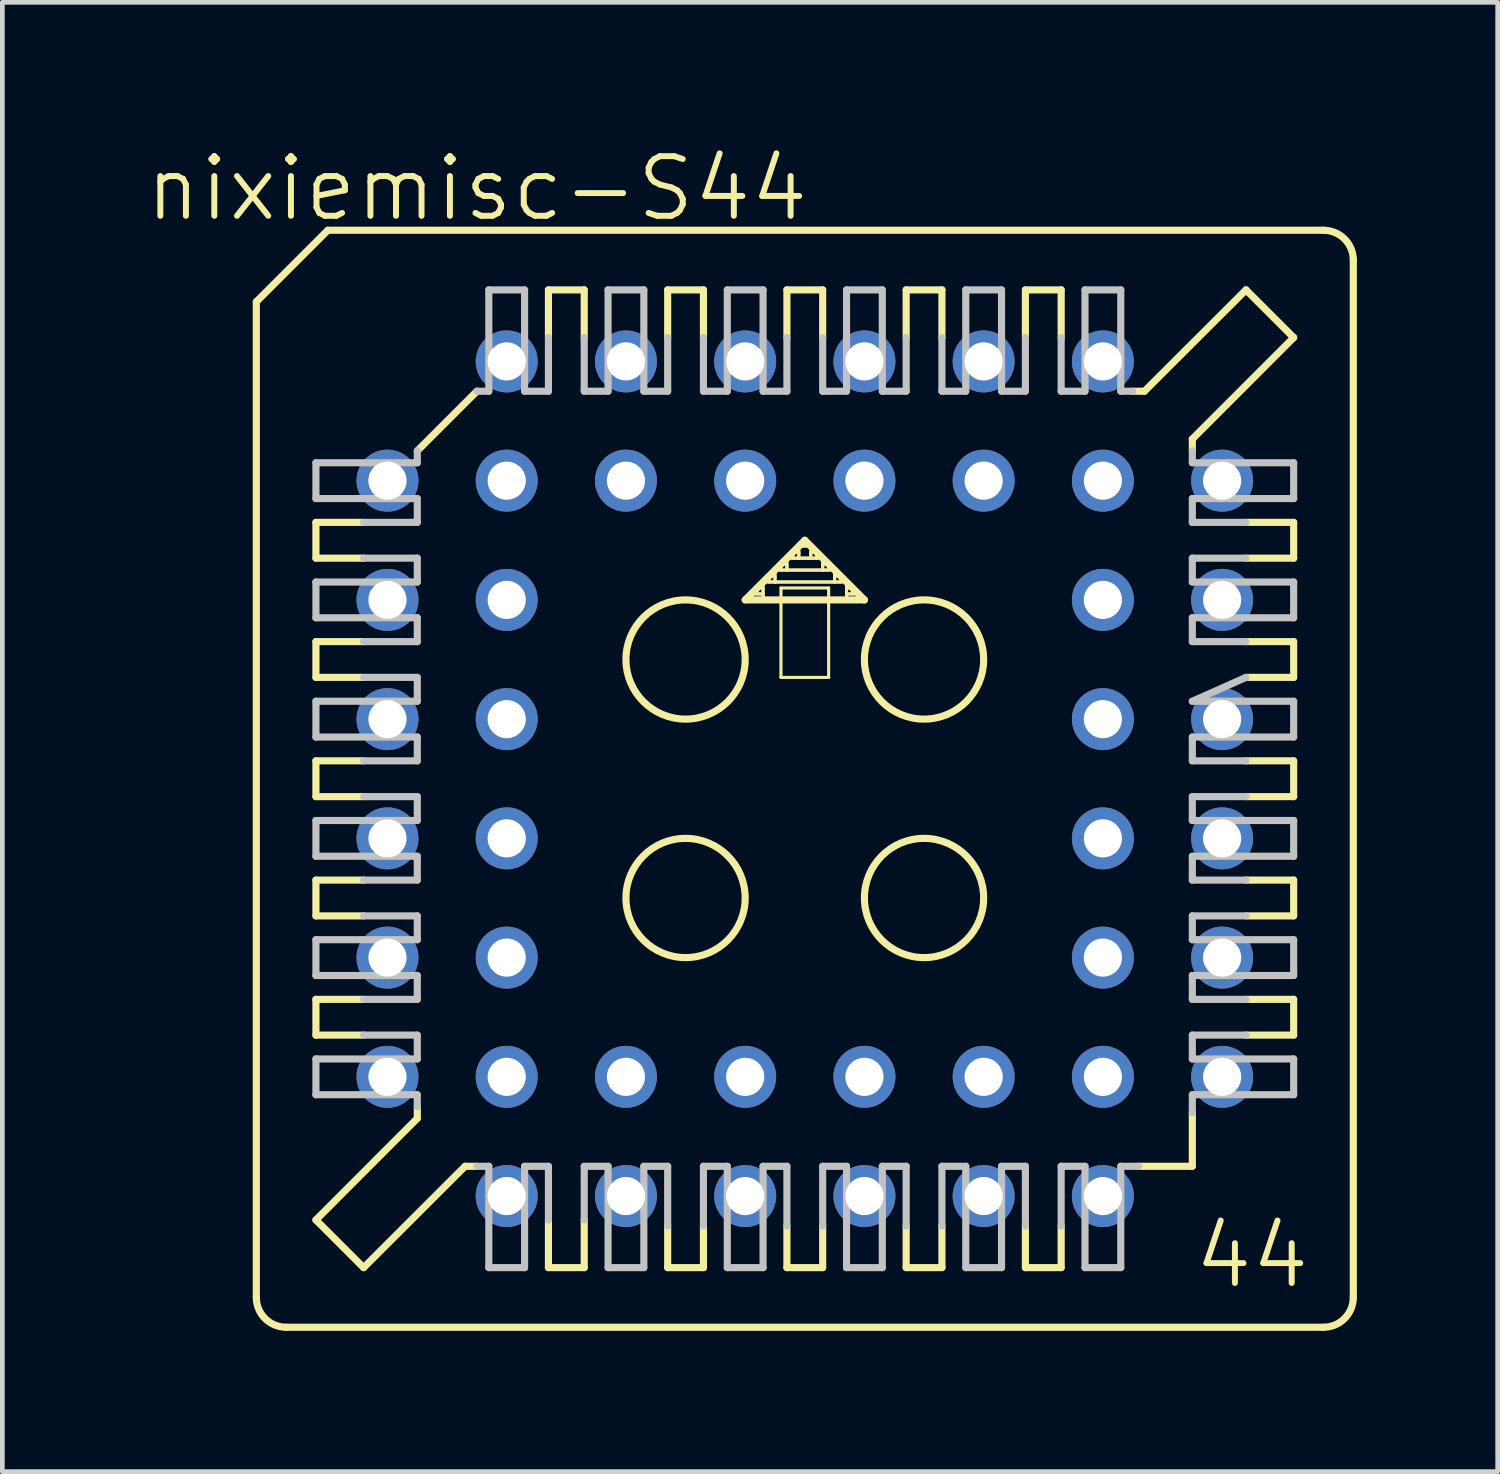
<source format=kicad_pcb>
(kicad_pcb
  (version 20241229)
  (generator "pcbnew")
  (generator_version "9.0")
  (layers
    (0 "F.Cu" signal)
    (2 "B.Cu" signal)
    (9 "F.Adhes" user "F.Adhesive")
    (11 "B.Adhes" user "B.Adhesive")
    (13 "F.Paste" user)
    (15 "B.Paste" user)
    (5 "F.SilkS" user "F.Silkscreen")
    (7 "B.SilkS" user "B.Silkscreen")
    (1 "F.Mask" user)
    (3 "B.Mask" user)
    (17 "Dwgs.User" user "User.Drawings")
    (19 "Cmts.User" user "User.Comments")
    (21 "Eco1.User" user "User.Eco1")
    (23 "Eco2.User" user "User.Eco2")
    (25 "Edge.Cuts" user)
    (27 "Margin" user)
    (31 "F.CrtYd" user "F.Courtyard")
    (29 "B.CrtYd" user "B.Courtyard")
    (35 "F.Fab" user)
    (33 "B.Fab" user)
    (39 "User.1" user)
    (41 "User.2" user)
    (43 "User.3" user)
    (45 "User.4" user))
  (footprint "nixiemisc-S44"
    (layer "F.Cu")
    (at 14.094 13.539)
    (property "Reference" "nixiemisc-S44" (at -6.985 -12.573 0) (layer "F.SilkS") (effects (font (size 1.27 1.27) (thickness 0.127))))
    (attr exclude_from_pos_files exclude_from_bom)
    (fp_line (start -11.684 -10.16) (end -11.684 11.049) (stroke (width 0.152) (type solid)) (layer "F.SilkS"))
    (fp_line (start -10.414 -5.461) (end -10.414 -4.699) (stroke (width 0.152) (type solid)) (layer "F.SilkS"))
    (fp_line (start -10.414 -5.461) (end -9.398 -5.461) (stroke (width 0.152) (type solid)) (layer "F.SilkS"))
    (fp_line (start -10.414 -2.921) (end -10.414 -2.159) (stroke (width 0.152) (type solid)) (layer "F.SilkS"))
    (fp_line (start -10.414 -2.921) (end -9.398 -2.921) (stroke (width 0.152) (type solid)) (layer "F.SilkS"))
    (fp_line (start -10.414 0.381) (end -10.414 -0.381) (stroke (width 0.152) (type solid)) (layer "F.SilkS"))
    (fp_line (start -10.414 0.381) (end -9.398 0.381) (stroke (width 0.152) (type solid)) (layer "F.SilkS"))
    (fp_line (start -10.414 2.921) (end -10.414 2.159) (stroke (width 0.152) (type solid)) (layer "F.SilkS"))
    (fp_line (start -10.414 2.921) (end -9.398 2.921) (stroke (width 0.152) (type solid)) (layer "F.SilkS"))
    (fp_line (start -10.414 5.461) (end -10.414 4.699) (stroke (width 0.152) (type solid)) (layer "F.SilkS"))
    (fp_line (start -10.414 5.461) (end -9.398 5.461) (stroke (width 0.152) (type solid)) (layer "F.SilkS"))
    (fp_line (start -10.414 9.398) (end -8.255 7.236) (stroke (width 0.152) (type solid)) (layer "F.SilkS"))
    (fp_line (start -10.16 -11.684) (end -11.684 -10.16) (stroke (width 0.152) (type solid)) (layer "F.SilkS"))
    (fp_line (start -9.398 -4.699) (end -10.414 -4.699) (stroke (width 0.152) (type solid)) (layer "F.SilkS"))
    (fp_line (start -9.398 -2.159) (end -10.414 -2.159) (stroke (width 0.152) (type solid)) (layer "F.SilkS"))
    (fp_line (start -9.398 -0.381) (end -10.414 -0.381) (stroke (width 0.152) (type solid)) (layer "F.SilkS"))
    (fp_line (start -9.398 2.159) (end -10.414 2.159) (stroke (width 0.152) (type solid)) (layer "F.SilkS"))
    (fp_line (start -9.398 4.699) (end -10.414 4.699) (stroke (width 0.152) (type solid)) (layer "F.SilkS"))
    (fp_line (start -9.398 10.414) (end -10.414 9.398) (stroke (width 0.152) (type solid)) (layer "F.SilkS"))
    (fp_line (start -9.398 10.414) (end -7.236 8.255) (stroke (width 0.152) (type solid)) (layer "F.SilkS"))
    (fp_line (start -8.255 -6.985) (end -6.985 -8.255) (stroke (width 0.152) (type solid)) (layer "F.SilkS"))
    (fp_line (start -8.255 7.236) (end -8.255 6.985) (stroke (width 0.152) (type solid)) (layer "F.SilkS"))
    (fp_line (start -7.236 8.255) (end -6.985 8.255) (stroke (width 0.152) (type solid)) (layer "F.SilkS"))
    (fp_line (start -5.461 -9.398) (end -5.461 -10.414) (stroke (width 0.152) (type solid)) (layer "F.SilkS"))
    (fp_line (start -5.461 9.398) (end -5.461 10.414) (stroke (width 0.152) (type solid)) (layer "F.SilkS"))
    (fp_line (start -5.461 10.414) (end -4.699 10.414) (stroke (width 0.152) (type solid)) (layer "F.SilkS"))
    (fp_line (start -4.699 -10.414) (end -5.461 -10.414) (stroke (width 0.152) (type solid)) (layer "F.SilkS"))
    (fp_line (start -4.699 -10.414) (end -4.699 -9.398) (stroke (width 0.152) (type solid)) (layer "F.SilkS"))
    (fp_line (start -4.699 10.414) (end -4.699 9.398) (stroke (width 0.152) (type solid)) (layer "F.SilkS"))
    (fp_line (start -2.921 -9.398) (end -2.921 -10.414) (stroke (width 0.152) (type solid)) (layer "F.SilkS"))
    (fp_line (start -2.921 9.525) (end -2.921 10.414) (stroke (width 0.152) (type solid)) (layer "F.SilkS"))
    (fp_line (start -2.921 10.414) (end -2.159 10.414) (stroke (width 0.152) (type solid)) (layer "F.SilkS"))
    (fp_line (start -2.159 -10.414) (end -2.921 -10.414) (stroke (width 0.152) (type solid)) (layer "F.SilkS"))
    (fp_line (start -2.159 -10.414) (end -2.159 -9.398) (stroke (width 0.152) (type solid)) (layer "F.SilkS"))
    (fp_line (start -2.159 10.414) (end -2.159 9.525) (stroke (width 0.152) (type solid)) (layer "F.SilkS"))
    (fp_line (start -1.27 -3.81) (end 1.27 -3.81) (stroke (width 0.152) (type solid)) (layer "F.SilkS"))
    (fp_line (start -1.143 -3.937) (end -0.889 -3.937) (stroke (width 0.066) (type solid)) (layer "F.SilkS"))
    (fp_line (start -1.143 -3.81) (end -1.143 -3.937) (stroke (width 0.066) (type solid)) (layer "F.SilkS"))
    (fp_line (start -1.143 -3.81) (end -0.889 -3.81) (stroke (width 0.066) (type solid)) (layer "F.SilkS"))
    (fp_line (start -1.016 -4.064) (end -0.889 -4.064) (stroke (width 0.066) (type solid)) (layer "F.SilkS"))
    (fp_line (start -1.016 -3.937) (end -1.016 -4.064) (stroke (width 0.066) (type solid)) (layer "F.SilkS"))
    (fp_line (start -1.016 -3.937) (end -0.889 -3.937) (stroke (width 0.066) (type solid)) (layer "F.SilkS"))
    (fp_line (start -0.889 -4.191) (end 0.889 -4.191) (stroke (width 0.066) (type solid)) (layer "F.SilkS"))
    (fp_line (start -0.889 -3.937) (end -0.889 -4.064) (stroke (width 0.066) (type solid)) (layer "F.SilkS"))
    (fp_line (start -0.889 -3.81) (end -0.889 -4.191) (stroke (width 0.066) (type solid)) (layer "F.SilkS"))
    (fp_line (start -0.889 -3.81) (end -0.889 -3.937) (stroke (width 0.066) (type solid)) (layer "F.SilkS"))
    (fp_line (start -0.889 -3.81) (end 0.889 -3.81) (stroke (width 0.066) (type solid)) (layer "F.SilkS"))
    (fp_line (start -0.762 -4.318) (end -0.635 -4.318) (stroke (width 0.066) (type solid)) (layer "F.SilkS"))
    (fp_line (start -0.762 -4.191) (end -0.762 -4.318) (stroke (width 0.066) (type solid)) (layer "F.SilkS"))
    (fp_line (start -0.762 -4.191) (end -0.635 -4.191) (stroke (width 0.066) (type solid)) (layer "F.SilkS"))
    (fp_line (start -0.635 -4.445) (end 0.635 -4.445) (stroke (width 0.066) (type solid)) (layer "F.SilkS"))
    (fp_line (start -0.635 -4.191) (end -0.635 -4.445) (stroke (width 0.066) (type solid)) (layer "F.SilkS"))
    (fp_line (start -0.635 -4.191) (end -0.635 -4.318) (stroke (width 0.066) (type solid)) (layer "F.SilkS"))
    (fp_line (start -0.635 -4.191) (end 0.635 -4.191) (stroke (width 0.066) (type solid)) (layer "F.SilkS"))
    (fp_line (start -0.508 -4.572) (end -0.381 -4.572) (stroke (width 0.066) (type solid)) (layer "F.SilkS"))
    (fp_line (start -0.508 -4.445) (end -0.508 -4.572) (stroke (width 0.066) (type solid)) (layer "F.SilkS"))
    (fp_line (start -0.508 -4.445) (end -0.381 -4.445) (stroke (width 0.066) (type solid)) (layer "F.SilkS"))
    (fp_line (start -0.508 -4.064) (end 0.508 -4.064) (stroke (width 0.066) (type solid)) (layer "F.SilkS"))
    (fp_line (start -0.508 -2.159) (end -0.508 -4.064) (stroke (width 0.066) (type solid)) (layer "F.SilkS"))
    (fp_line (start -0.508 -2.159) (end 0.508 -2.159) (stroke (width 0.066) (type solid)) (layer "F.SilkS"))
    (fp_line (start -0.381 -9.398) (end -0.381 -10.414) (stroke (width 0.152) (type solid)) (layer "F.SilkS"))
    (fp_line (start -0.381 -4.699) (end 0.381 -4.699) (stroke (width 0.066) (type solid)) (layer "F.SilkS"))
    (fp_line (start -0.381 -4.445) (end -0.381 -4.699) (stroke (width 0.066) (type solid)) (layer "F.SilkS"))
    (fp_line (start -0.381 -4.445) (end -0.381 -4.572) (stroke (width 0.066) (type solid)) (layer "F.SilkS"))
    (fp_line (start -0.381 -4.445) (end 0.381 -4.445) (stroke (width 0.066) (type solid)) (layer "F.SilkS"))
    (fp_line (start -0.381 9.525) (end -0.381 10.414) (stroke (width 0.152) (type solid)) (layer "F.SilkS"))
    (fp_line (start -0.381 10.414) (end 0.381 10.414) (stroke (width 0.152) (type solid)) (layer "F.SilkS"))
    (fp_line (start -0.254 -4.826) (end -0.127 -4.826) (stroke (width 0.066) (type solid)) (layer "F.SilkS"))
    (fp_line (start -0.254 -4.699) (end -0.254 -4.826) (stroke (width 0.066) (type solid)) (layer "F.SilkS"))
    (fp_line (start -0.254 -4.699) (end -0.127 -4.699) (stroke (width 0.066) (type solid)) (layer "F.SilkS"))
    (fp_line (start -0.127 -4.953) (end 0.127 -4.953) (stroke (width 0.066) (type solid)) (layer "F.SilkS"))
    (fp_line (start -0.127 -4.699) (end -0.127 -4.953) (stroke (width 0.066) (type solid)) (layer "F.SilkS"))
    (fp_line (start -0.127 -4.699) (end -0.127 -4.826) (stroke (width 0.066) (type solid)) (layer "F.SilkS"))
    (fp_line (start -0.127 -4.699) (end 0.127 -4.699) (stroke (width 0.066) (type solid)) (layer "F.SilkS"))
    (fp_line (start 0 -5.08) (end -1.27 -3.81) (stroke (width 0.152) (type solid)) (layer "F.SilkS"))
    (fp_line (start 0.127 -4.826) (end 0.254 -4.826) (stroke (width 0.066) (type solid)) (layer "F.SilkS"))
    (fp_line (start 0.127 -4.699) (end 0.127 -4.953) (stroke (width 0.066) (type solid)) (layer "F.SilkS"))
    (fp_line (start 0.127 -4.699) (end 0.127 -4.826) (stroke (width 0.066) (type solid)) (layer "F.SilkS"))
    (fp_line (start 0.127 -4.699) (end 0.254 -4.699) (stroke (width 0.066) (type solid)) (layer "F.SilkS"))
    (fp_line (start 0.254 -4.699) (end 0.254 -4.826) (stroke (width 0.066) (type solid)) (layer "F.SilkS"))
    (fp_line (start 0.381 -10.414) (end -0.381 -10.414) (stroke (width 0.152) (type solid)) (layer "F.SilkS"))
    (fp_line (start 0.381 -10.414) (end 0.381 -9.398) (stroke (width 0.152) (type solid)) (layer "F.SilkS"))
    (fp_line (start 0.381 -4.572) (end 0.508 -4.572) (stroke (width 0.066) (type solid)) (layer "F.SilkS"))
    (fp_line (start 0.381 -4.445) (end 0.381 -4.699) (stroke (width 0.066) (type solid)) (layer "F.SilkS"))
    (fp_line (start 0.381 -4.445) (end 0.381 -4.572) (stroke (width 0.066) (type solid)) (layer "F.SilkS"))
    (fp_line (start 0.381 -4.445) (end 0.508 -4.445) (stroke (width 0.066) (type solid)) (layer "F.SilkS"))
    (fp_line (start 0.381 10.414) (end 0.381 9.525) (stroke (width 0.152) (type solid)) (layer "F.SilkS"))
    (fp_line (start 0.508 -4.445) (end 0.508 -4.572) (stroke (width 0.066) (type solid)) (layer "F.SilkS"))
    (fp_line (start 0.508 -2.159) (end 0.508 -4.064) (stroke (width 0.066) (type solid)) (layer "F.SilkS"))
    (fp_line (start 0.635 -4.318) (end 0.762 -4.318) (stroke (width 0.066) (type solid)) (layer "F.SilkS"))
    (fp_line (start 0.635 -4.191) (end 0.635 -4.445) (stroke (width 0.066) (type solid)) (layer "F.SilkS"))
    (fp_line (start 0.635 -4.191) (end 0.635 -4.318) (stroke (width 0.066) (type solid)) (layer "F.SilkS"))
    (fp_line (start 0.635 -4.191) (end 0.762 -4.191) (stroke (width 0.066) (type solid)) (layer "F.SilkS"))
    (fp_line (start 0.762 -4.191) (end 0.762 -4.318) (stroke (width 0.066) (type solid)) (layer "F.SilkS"))
    (fp_line (start 0.889 -4.064) (end 1.016 -4.064) (stroke (width 0.066) (type solid)) (layer "F.SilkS"))
    (fp_line (start 0.889 -3.937) (end 0.889 -4.064) (stroke (width 0.066) (type solid)) (layer "F.SilkS"))
    (fp_line (start 0.889 -3.937) (end 1.016 -3.937) (stroke (width 0.066) (type solid)) (layer "F.SilkS"))
    (fp_line (start 0.889 -3.937) (end 1.143 -3.937) (stroke (width 0.066) (type solid)) (layer "F.SilkS"))
    (fp_line (start 0.889 -3.81) (end 0.889 -4.191) (stroke (width 0.066) (type solid)) (layer "F.SilkS"))
    (fp_line (start 0.889 -3.81) (end 0.889 -3.937) (stroke (width 0.066) (type solid)) (layer "F.SilkS"))
    (fp_line (start 0.889 -3.81) (end 1.143 -3.81) (stroke (width 0.066) (type solid)) (layer "F.SilkS"))
    (fp_line (start 1.016 -3.937) (end 1.016 -4.064) (stroke (width 0.066) (type solid)) (layer "F.SilkS"))
    (fp_line (start 1.143 -3.81) (end 1.143 -3.937) (stroke (width 0.066) (type solid)) (layer "F.SilkS"))
    (fp_line (start 1.27 -3.81) (end 0 -5.08) (stroke (width 0.152) (type solid)) (layer "F.SilkS"))
    (fp_line (start 2.159 -9.398) (end 2.159 -10.414) (stroke (width 0.152) (type solid)) (layer "F.SilkS"))
    (fp_line (start 2.159 9.525) (end 2.159 10.414) (stroke (width 0.152) (type solid)) (layer "F.SilkS"))
    (fp_line (start 2.159 10.414) (end 2.921 10.414) (stroke (width 0.152) (type solid)) (layer "F.SilkS"))
    (fp_line (start 2.921 -10.414) (end 2.159 -10.414) (stroke (width 0.152) (type solid)) (layer "F.SilkS"))
    (fp_line (start 2.921 -10.414) (end 2.921 -9.398) (stroke (width 0.152) (type solid)) (layer "F.SilkS"))
    (fp_line (start 2.921 10.414) (end 2.921 9.525) (stroke (width 0.152) (type solid)) (layer "F.SilkS"))
    (fp_line (start 4.699 -9.398) (end 4.699 -10.414) (stroke (width 0.152) (type solid)) (layer "F.SilkS"))
    (fp_line (start 4.699 9.525) (end 4.699 10.414) (stroke (width 0.152) (type solid)) (layer "F.SilkS"))
    (fp_line (start 4.699 10.414) (end 5.461 10.414) (stroke (width 0.152) (type solid)) (layer "F.SilkS"))
    (fp_line (start 5.461 -10.414) (end 4.699 -10.414) (stroke (width 0.152) (type solid)) (layer "F.SilkS"))
    (fp_line (start 5.461 -10.414) (end 5.461 -9.398) (stroke (width 0.152) (type solid)) (layer "F.SilkS"))
    (fp_line (start 5.461 10.414) (end 5.461 9.525) (stroke (width 0.152) (type solid)) (layer "F.SilkS"))
    (fp_line (start 7.112 8.255) (end 8.255 8.255) (stroke (width 0.152) (type solid)) (layer "F.SilkS"))
    (fp_line (start 7.236 -8.255) (end 6.985 -8.255) (stroke (width 0.152) (type solid)) (layer "F.SilkS"))
    (fp_line (start 8.255 -7.236) (end 8.255 -6.985) (stroke (width 0.152) (type solid)) (layer "F.SilkS"))
    (fp_line (start 8.255 8.255) (end 8.255 7.112) (stroke (width 0.152) (type solid)) (layer "F.SilkS"))
    (fp_line (start 9.398 -10.414) (end 7.236 -8.255) (stroke (width 0.152) (type solid)) (layer "F.SilkS"))
    (fp_line (start 9.398 -4.699) (end 10.414 -4.699) (stroke (width 0.152) (type solid)) (layer "F.SilkS"))
    (fp_line (start 9.398 -2.159) (end 10.414 -2.159) (stroke (width 0.152) (type solid)) (layer "F.SilkS"))
    (fp_line (start 9.398 0.381) (end 10.414 0.381) (stroke (width 0.152) (type solid)) (layer "F.SilkS"))
    (fp_line (start 9.398 2.159) (end 10.414 2.159) (stroke (width 0.152) (type solid)) (layer "F.SilkS"))
    (fp_line (start 9.398 4.699) (end 10.414 4.699) (stroke (width 0.152) (type solid)) (layer "F.SilkS"))
    (fp_line (start 10.414 -9.398) (end 8.255 -7.236) (stroke (width 0.152) (type solid)) (layer "F.SilkS"))
    (fp_line (start 10.414 -9.398) (end 9.398 -10.414) (stroke (width 0.152) (type solid)) (layer "F.SilkS"))
    (fp_line (start 10.414 -5.461) (end 9.398 -5.461) (stroke (width 0.152) (type solid)) (layer "F.SilkS"))
    (fp_line (start 10.414 -5.461) (end 10.414 -4.699) (stroke (width 0.152) (type solid)) (layer "F.SilkS"))
    (fp_line (start 10.414 -2.921) (end 9.398 -2.921) (stroke (width 0.152) (type solid)) (layer "F.SilkS"))
    (fp_line (start 10.414 -2.921) (end 10.414 -2.159) (stroke (width 0.152) (type solid)) (layer "F.SilkS"))
    (fp_line (start 10.414 -0.381) (end 9.398 -0.381) (stroke (width 0.152) (type solid)) (layer "F.SilkS"))
    (fp_line (start 10.414 -0.381) (end 10.414 0.381) (stroke (width 0.152) (type solid)) (layer "F.SilkS"))
    (fp_line (start 10.414 2.921) (end 9.398 2.921) (stroke (width 0.152) (type solid)) (layer "F.SilkS"))
    (fp_line (start 10.414 2.921) (end 10.414 2.159) (stroke (width 0.152) (type solid)) (layer "F.SilkS"))
    (fp_line (start 10.414 5.461) (end 9.398 5.461) (stroke (width 0.152) (type solid)) (layer "F.SilkS"))
    (fp_line (start 10.414 5.461) (end 10.414 4.699) (stroke (width 0.152) (type solid)) (layer "F.SilkS"))
    (fp_line (start 11.049 -11.684) (end -10.16 -11.684) (stroke (width 0.152) (type solid)) (layer "F.SilkS"))
    (fp_line (start 11.049 11.684) (end -11.049 11.684) (stroke (width 0.152) (type solid)) (layer "F.SilkS"))
    (fp_line (start 11.684 -11.049) (end 11.684 11.049) (stroke (width 0.152) (type solid)) (layer "F.SilkS"))
    (fp_arc (start -11.049 11.684) (mid -11.498013 11.498013) (end -11.684 11.049) (stroke (width 0.1524) (type solid)) (layer "F.SilkS"))
    (fp_arc (start 11.049 -11.684) (mid 11.498013 -11.498013) (end 11.684 -11.049) (stroke (width 0.1524) (type solid)) (layer "F.SilkS"))
    (fp_arc (start 11.684 11.049) (mid 11.498013 11.498013) (end 11.049 11.684) (stroke (width 0.1524) (type solid)) (layer "F.SilkS"))
    (fp_circle (center -2.54 -2.54) (end -2.54 -3.81) (stroke (width 0.152) (type solid)) (fill no) (layer "F.SilkS"))
    (fp_circle (center -2.54 2.54) (end -2.54 1.27) (stroke (width 0.152) (type solid)) (fill no) (layer "F.SilkS"))
    (fp_circle (center 2.54 -2.54) (end 2.54 -3.81) (stroke (width 0.152) (type solid)) (fill no) (layer "F.SilkS"))
    (fp_circle (center 2.54 2.54) (end 2.54 1.27) (stroke (width 0.152) (type solid)) (fill no) (layer "F.SilkS"))
    (fp_line (start -10.414 -6.731) (end -10.414 -5.969) (stroke (width 0.152) (type solid)) (layer "Dwgs.User"))
    (fp_line (start -10.414 -6.731) (end -8.255 -6.731) (stroke (width 0.152) (type solid)) (layer "Dwgs.User"))
    (fp_line (start -10.414 -4.191) (end -10.414 -3.429) (stroke (width 0.152) (type solid)) (layer "Dwgs.User"))
    (fp_line (start -10.414 -4.191) (end -8.255 -4.191) (stroke (width 0.152) (type solid)) (layer "Dwgs.User"))
    (fp_line (start -10.414 -0.889) (end -10.414 -1.651) (stroke (width 0.152) (type solid)) (layer "Dwgs.User"))
    (fp_line (start -10.414 -0.889) (end -8.255 -0.889) (stroke (width 0.152) (type solid)) (layer "Dwgs.User"))
    (fp_line (start -10.414 1.651) (end -10.414 0.889) (stroke (width 0.152) (type solid)) (layer "Dwgs.User"))
    (fp_line (start -10.414 1.651) (end -8.255 1.651) (stroke (width 0.152) (type solid)) (layer "Dwgs.User"))
    (fp_line (start -10.414 4.191) (end -10.414 3.429) (stroke (width 0.152) (type solid)) (layer "Dwgs.User"))
    (fp_line (start -10.414 4.191) (end -8.255 4.191) (stroke (width 0.152) (type solid)) (layer "Dwgs.User"))
    (fp_line (start -10.414 6.731) (end -10.414 5.969) (stroke (width 0.152) (type solid)) (layer "Dwgs.User"))
    (fp_line (start -10.414 6.731) (end -8.255 6.731) (stroke (width 0.152) (type solid)) (layer "Dwgs.User"))
    (fp_line (start -9.398 -4.699) (end -8.255 -4.699) (stroke (width 0.152) (type solid)) (layer "Dwgs.User"))
    (fp_line (start -9.398 -2.159) (end -8.255 -2.159) (stroke (width 0.152) (type solid)) (layer "Dwgs.User"))
    (fp_line (start -9.398 -0.381) (end -8.255 -0.381) (stroke (width 0.152) (type solid)) (layer "Dwgs.User"))
    (fp_line (start -9.398 2.159) (end -8.255 2.159) (stroke (width 0.152) (type solid)) (layer "Dwgs.User"))
    (fp_line (start -9.398 4.699) (end -8.255 4.699) (stroke (width 0.152) (type solid)) (layer "Dwgs.User"))
    (fp_line (start -8.255 -6.731) (end -8.255 -6.985) (stroke (width 0.152) (type solid)) (layer "Dwgs.User"))
    (fp_line (start -8.255 -5.969) (end -10.414 -5.969) (stroke (width 0.152) (type solid)) (layer "Dwgs.User"))
    (fp_line (start -8.255 -5.969) (end -8.255 -5.461) (stroke (width 0.152) (type solid)) (layer "Dwgs.User"))
    (fp_line (start -8.255 -5.461) (end -9.398 -5.461) (stroke (width 0.152) (type solid)) (layer "Dwgs.User"))
    (fp_line (start -8.255 -4.699) (end -8.255 -4.191) (stroke (width 0.152) (type solid)) (layer "Dwgs.User"))
    (fp_line (start -8.255 -3.429) (end -10.414 -3.429) (stroke (width 0.152) (type solid)) (layer "Dwgs.User"))
    (fp_line (start -8.255 -3.429) (end -8.255 -2.921) (stroke (width 0.152) (type solid)) (layer "Dwgs.User"))
    (fp_line (start -8.255 -2.921) (end -9.398 -2.921) (stroke (width 0.152) (type solid)) (layer "Dwgs.User"))
    (fp_line (start -8.255 -2.159) (end -8.255 -1.651) (stroke (width 0.152) (type solid)) (layer "Dwgs.User"))
    (fp_line (start -8.255 -1.651) (end -10.414 -1.651) (stroke (width 0.152) (type solid)) (layer "Dwgs.User"))
    (fp_line (start -8.255 -0.381) (end -8.255 -0.889) (stroke (width 0.152) (type solid)) (layer "Dwgs.User"))
    (fp_line (start -8.255 0.381) (end -9.398 0.381) (stroke (width 0.152) (type solid)) (layer "Dwgs.User"))
    (fp_line (start -8.255 0.889) (end -10.414 0.889) (stroke (width 0.152) (type solid)) (layer "Dwgs.User"))
    (fp_line (start -8.255 0.889) (end -8.255 0.381) (stroke (width 0.152) (type solid)) (layer "Dwgs.User"))
    (fp_line (start -8.255 2.159) (end -8.255 1.651) (stroke (width 0.152) (type solid)) (layer "Dwgs.User"))
    (fp_line (start -8.255 2.921) (end -9.398 2.921) (stroke (width 0.152) (type solid)) (layer "Dwgs.User"))
    (fp_line (start -8.255 3.429) (end -10.414 3.429) (stroke (width 0.152) (type solid)) (layer "Dwgs.User"))
    (fp_line (start -8.255 3.429) (end -8.255 2.921) (stroke (width 0.152) (type solid)) (layer "Dwgs.User"))
    (fp_line (start -8.255 4.699) (end -8.255 4.191) (stroke (width 0.152) (type solid)) (layer "Dwgs.User"))
    (fp_line (start -8.255 5.461) (end -9.398 5.461) (stroke (width 0.152) (type solid)) (layer "Dwgs.User"))
    (fp_line (start -8.255 5.969) (end -10.414 5.969) (stroke (width 0.152) (type solid)) (layer "Dwgs.User"))
    (fp_line (start -8.255 5.969) (end -8.255 5.461) (stroke (width 0.152) (type solid)) (layer "Dwgs.User"))
    (fp_line (start -8.255 6.985) (end -8.255 6.731) (stroke (width 0.152) (type solid)) (layer "Dwgs.User"))
    (fp_line (start -6.985 -8.255) (end -6.731 -8.255) (stroke (width 0.152) (type solid)) (layer "Dwgs.User"))
    (fp_line (start -6.731 -8.255) (end -6.731 -10.414) (stroke (width 0.152) (type solid)) (layer "Dwgs.User"))
    (fp_line (start -6.731 8.255) (end -6.985 8.255) (stroke (width 0.152) (type solid)) (layer "Dwgs.User"))
    (fp_line (start -6.731 10.414) (end -6.731 8.255) (stroke (width 0.152) (type solid)) (layer "Dwgs.User"))
    (fp_line (start -6.731 10.414) (end -5.969 10.414) (stroke (width 0.152) (type solid)) (layer "Dwgs.User"))
    (fp_line (start -5.969 -10.414) (end -6.731 -10.414) (stroke (width 0.152) (type solid)) (layer "Dwgs.User"))
    (fp_line (start -5.969 -10.414) (end -5.969 -8.255) (stroke (width 0.152) (type solid)) (layer "Dwgs.User"))
    (fp_line (start -5.969 8.255) (end -5.969 10.414) (stroke (width 0.152) (type solid)) (layer "Dwgs.User"))
    (fp_line (start -5.461 -9.398) (end -5.461 -8.255) (stroke (width 0.152) (type solid)) (layer "Dwgs.User"))
    (fp_line (start -5.461 -8.255) (end -5.969 -8.255) (stroke (width 0.152) (type solid)) (layer "Dwgs.User"))
    (fp_line (start -5.461 8.255) (end -5.969 8.255) (stroke (width 0.152) (type solid)) (layer "Dwgs.User"))
    (fp_line (start -5.461 9.398) (end -5.461 8.255) (stroke (width 0.152) (type solid)) (layer "Dwgs.User"))
    (fp_line (start -4.699 -8.255) (end -4.699 -9.398) (stroke (width 0.152) (type solid)) (layer "Dwgs.User"))
    (fp_line (start -4.699 8.255) (end -4.699 9.398) (stroke (width 0.152) (type solid)) (layer "Dwgs.User"))
    (fp_line (start -4.699 8.255) (end -4.191 8.255) (stroke (width 0.152) (type solid)) (layer "Dwgs.User"))
    (fp_line (start -4.191 -8.255) (end -4.699 -8.255) (stroke (width 0.152) (type solid)) (layer "Dwgs.User"))
    (fp_line (start -4.191 -8.255) (end -4.191 -10.414) (stroke (width 0.152) (type solid)) (layer "Dwgs.User"))
    (fp_line (start -4.191 10.414) (end -4.191 8.255) (stroke (width 0.152) (type solid)) (layer "Dwgs.User"))
    (fp_line (start -4.191 10.414) (end -3.429 10.414) (stroke (width 0.152) (type solid)) (layer "Dwgs.User"))
    (fp_line (start -3.429 -10.414) (end -4.191 -10.414) (stroke (width 0.152) (type solid)) (layer "Dwgs.User"))
    (fp_line (start -3.429 -10.414) (end -3.429 -8.255) (stroke (width 0.152) (type solid)) (layer "Dwgs.User"))
    (fp_line (start -3.429 8.255) (end -3.429 10.414) (stroke (width 0.152) (type solid)) (layer "Dwgs.User"))
    (fp_line (start -3.429 8.255) (end -2.921 8.255) (stroke (width 0.152) (type solid)) (layer "Dwgs.User"))
    (fp_line (start -2.921 -9.398) (end -2.921 -8.255) (stroke (width 0.152) (type solid)) (layer "Dwgs.User"))
    (fp_line (start -2.921 -8.255) (end -3.429 -8.255) (stroke (width 0.152) (type solid)) (layer "Dwgs.User"))
    (fp_line (start -2.921 9.525) (end -2.921 8.255) (stroke (width 0.152) (type solid)) (layer "Dwgs.User"))
    (fp_line (start -2.159 -8.255) (end -2.159 -9.398) (stroke (width 0.152) (type solid)) (layer "Dwgs.User"))
    (fp_line (start -2.159 8.255) (end -2.159 9.525) (stroke (width 0.152) (type solid)) (layer "Dwgs.User"))
    (fp_line (start -2.159 8.255) (end -1.651 8.255) (stroke (width 0.152) (type solid)) (layer "Dwgs.User"))
    (fp_line (start -1.651 -8.255) (end -2.159 -8.255) (stroke (width 0.152) (type solid)) (layer "Dwgs.User"))
    (fp_line (start -1.651 -8.255) (end -1.651 -10.414) (stroke (width 0.152) (type solid)) (layer "Dwgs.User"))
    (fp_line (start -1.651 10.414) (end -1.651 8.255) (stroke (width 0.152) (type solid)) (layer "Dwgs.User"))
    (fp_line (start -1.651 10.414) (end -0.889 10.414) (stroke (width 0.152) (type solid)) (layer "Dwgs.User"))
    (fp_line (start -0.889 -10.414) (end -1.651 -10.414) (stroke (width 0.152) (type solid)) (layer "Dwgs.User"))
    (fp_line (start -0.889 -10.414) (end -0.889 -8.255) (stroke (width 0.152) (type solid)) (layer "Dwgs.User"))
    (fp_line (start -0.889 8.255) (end -0.889 10.414) (stroke (width 0.152) (type solid)) (layer "Dwgs.User"))
    (fp_line (start -0.889 8.255) (end -0.381 8.255) (stroke (width 0.152) (type solid)) (layer "Dwgs.User"))
    (fp_line (start -0.381 -9.398) (end -0.381 -8.255) (stroke (width 0.152) (type solid)) (layer "Dwgs.User"))
    (fp_line (start -0.381 -8.255) (end -0.889 -8.255) (stroke (width 0.152) (type solid)) (layer "Dwgs.User"))
    (fp_line (start -0.381 9.525) (end -0.381 8.255) (stroke (width 0.152) (type solid)) (layer "Dwgs.User"))
    (fp_line (start 0.381 -8.255) (end 0.381 -9.398) (stroke (width 0.152) (type solid)) (layer "Dwgs.User"))
    (fp_line (start 0.381 8.255) (end 0.381 9.525) (stroke (width 0.152) (type solid)) (layer "Dwgs.User"))
    (fp_line (start 0.381 8.255) (end 0.889 8.255) (stroke (width 0.152) (type solid)) (layer "Dwgs.User"))
    (fp_line (start 0.889 -8.255) (end 0.381 -8.255) (stroke (width 0.152) (type solid)) (layer "Dwgs.User"))
    (fp_line (start 0.889 -8.255) (end 0.889 -10.414) (stroke (width 0.152) (type solid)) (layer "Dwgs.User"))
    (fp_line (start 0.889 10.414) (end 0.889 8.255) (stroke (width 0.152) (type solid)) (layer "Dwgs.User"))
    (fp_line (start 0.889 10.414) (end 1.651 10.414) (stroke (width 0.152) (type solid)) (layer "Dwgs.User"))
    (fp_line (start 1.651 -10.414) (end 0.889 -10.414) (stroke (width 0.152) (type solid)) (layer "Dwgs.User"))
    (fp_line (start 1.651 -10.414) (end 1.651 -8.255) (stroke (width 0.152) (type solid)) (layer "Dwgs.User"))
    (fp_line (start 1.651 8.255) (end 1.651 10.414) (stroke (width 0.152) (type solid)) (layer "Dwgs.User"))
    (fp_line (start 1.651 8.255) (end 2.159 8.255) (stroke (width 0.152) (type solid)) (layer "Dwgs.User"))
    (fp_line (start 2.159 -9.398) (end 2.159 -8.255) (stroke (width 0.152) (type solid)) (layer "Dwgs.User"))
    (fp_line (start 2.159 -8.255) (end 1.651 -8.255) (stroke (width 0.152) (type solid)) (layer "Dwgs.User"))
    (fp_line (start 2.159 9.525) (end 2.159 8.255) (stroke (width 0.152) (type solid)) (layer "Dwgs.User"))
    (fp_line (start 2.921 -8.255) (end 2.921 -9.398) (stroke (width 0.152) (type solid)) (layer "Dwgs.User"))
    (fp_line (start 2.921 8.255) (end 2.921 9.525) (stroke (width 0.152) (type solid)) (layer "Dwgs.User"))
    (fp_line (start 2.921 8.255) (end 3.429 8.255) (stroke (width 0.152) (type solid)) (layer "Dwgs.User"))
    (fp_line (start 3.429 -8.255) (end 2.921 -8.255) (stroke (width 0.152) (type solid)) (layer "Dwgs.User"))
    (fp_line (start 3.429 -8.255) (end 3.429 -10.414) (stroke (width 0.152) (type solid)) (layer "Dwgs.User"))
    (fp_line (start 3.429 10.414) (end 3.429 8.255) (stroke (width 0.152) (type solid)) (layer "Dwgs.User"))
    (fp_line (start 3.429 10.414) (end 4.191 10.414) (stroke (width 0.152) (type solid)) (layer "Dwgs.User"))
    (fp_line (start 4.191 -10.414) (end 3.429 -10.414) (stroke (width 0.152) (type solid)) (layer "Dwgs.User"))
    (fp_line (start 4.191 -10.414) (end 4.191 -8.255) (stroke (width 0.152) (type solid)) (layer "Dwgs.User"))
    (fp_line (start 4.191 8.255) (end 4.191 10.414) (stroke (width 0.152) (type solid)) (layer "Dwgs.User"))
    (fp_line (start 4.191 8.255) (end 4.699 8.255) (stroke (width 0.152) (type solid)) (layer "Dwgs.User"))
    (fp_line (start 4.699 -9.398) (end 4.699 -8.255) (stroke (width 0.152) (type solid)) (layer "Dwgs.User"))
    (fp_line (start 4.699 -8.255) (end 4.191 -8.255) (stroke (width 0.152) (type solid)) (layer "Dwgs.User"))
    (fp_line (start 4.699 9.525) (end 4.699 8.255) (stroke (width 0.152) (type solid)) (layer "Dwgs.User"))
    (fp_line (start 5.461 -8.255) (end 5.461 -9.398) (stroke (width 0.152) (type solid)) (layer "Dwgs.User"))
    (fp_line (start 5.461 8.255) (end 5.461 9.525) (stroke (width 0.152) (type solid)) (layer "Dwgs.User"))
    (fp_line (start 5.461 8.255) (end 5.969 8.255) (stroke (width 0.152) (type solid)) (layer "Dwgs.User"))
    (fp_line (start 5.969 -8.255) (end 5.461 -8.255) (stroke (width 0.152) (type solid)) (layer "Dwgs.User"))
    (fp_line (start 5.969 -8.255) (end 5.969 -10.414) (stroke (width 0.152) (type solid)) (layer "Dwgs.User"))
    (fp_line (start 5.969 10.414) (end 5.969 8.255) (stroke (width 0.152) (type solid)) (layer "Dwgs.User"))
    (fp_line (start 5.969 10.414) (end 6.731 10.414) (stroke (width 0.152) (type solid)) (layer "Dwgs.User"))
    (fp_line (start 6.731 -10.414) (end 5.969 -10.414) (stroke (width 0.152) (type solid)) (layer "Dwgs.User"))
    (fp_line (start 6.731 -10.414) (end 6.731 -8.255) (stroke (width 0.152) (type solid)) (layer "Dwgs.User"))
    (fp_line (start 6.731 -8.255) (end 6.985 -8.255) (stroke (width 0.152) (type solid)) (layer "Dwgs.User"))
    (fp_line (start 6.731 8.255) (end 6.731 10.414) (stroke (width 0.152) (type solid)) (layer "Dwgs.User"))
    (fp_line (start 7.112 8.255) (end 6.731 8.255) (stroke (width 0.152) (type solid)) (layer "Dwgs.User"))
    (fp_line (start 8.255 -6.731) (end 8.255 -6.985) (stroke (width 0.152) (type solid)) (layer "Dwgs.User"))
    (fp_line (start 8.255 -5.969) (end 8.255 -5.461) (stroke (width 0.152) (type solid)) (layer "Dwgs.User"))
    (fp_line (start 8.255 -5.969) (end 10.414 -5.969) (stroke (width 0.152) (type solid)) (layer "Dwgs.User"))
    (fp_line (start 8.255 -5.461) (end 9.398 -5.461) (stroke (width 0.152) (type solid)) (layer "Dwgs.User"))
    (fp_line (start 8.255 -4.699) (end 8.255 -4.191) (stroke (width 0.152) (type solid)) (layer "Dwgs.User"))
    (fp_line (start 8.255 -3.429) (end 8.255 -2.921) (stroke (width 0.152) (type solid)) (layer "Dwgs.User"))
    (fp_line (start 8.255 -3.429) (end 10.414 -3.429) (stroke (width 0.152) (type solid)) (layer "Dwgs.User"))
    (fp_line (start 8.255 -2.921) (end 9.398 -2.921) (stroke (width 0.152) (type solid)) (layer "Dwgs.User"))
    (fp_line (start 8.255 -0.889) (end 8.255 -0.381) (stroke (width 0.152) (type solid)) (layer "Dwgs.User"))
    (fp_line (start 8.255 -0.889) (end 10.414 -0.889) (stroke (width 0.152) (type solid)) (layer "Dwgs.User"))
    (fp_line (start 8.255 -0.381) (end 9.398 -0.381) (stroke (width 0.152) (type solid)) (layer "Dwgs.User"))
    (fp_line (start 8.255 0.381) (end 8.255 0.889) (stroke (width 0.152) (type solid)) (layer "Dwgs.User"))
    (fp_line (start 8.255 1.651) (end 8.255 2.159) (stroke (width 0.152) (type solid)) (layer "Dwgs.User"))
    (fp_line (start 8.255 1.651) (end 10.414 1.651) (stroke (width 0.152) (type solid)) (layer "Dwgs.User"))
    (fp_line (start 8.255 2.159) (end 9.398 2.159) (stroke (width 0.152) (type solid)) (layer "Dwgs.User"))
    (fp_line (start 8.255 2.921) (end 9.398 2.921) (stroke (width 0.152) (type solid)) (layer "Dwgs.User"))
    (fp_line (start 8.255 3.429) (end 8.255 2.921) (stroke (width 0.152) (type solid)) (layer "Dwgs.User"))
    (fp_line (start 8.255 3.429) (end 10.414 3.429) (stroke (width 0.152) (type solid)) (layer "Dwgs.User"))
    (fp_line (start 8.255 4.699) (end 8.255 4.191) (stroke (width 0.152) (type solid)) (layer "Dwgs.User"))
    (fp_line (start 8.255 5.461) (end 9.398 5.461) (stroke (width 0.152) (type solid)) (layer "Dwgs.User"))
    (fp_line (start 8.255 5.969) (end 8.255 5.461) (stroke (width 0.152) (type solid)) (layer "Dwgs.User"))
    (fp_line (start 8.255 5.969) (end 10.414 5.969) (stroke (width 0.152) (type solid)) (layer "Dwgs.User"))
    (fp_line (start 8.255 6.731) (end 8.255 7.112) (stroke (width 0.152) (type solid)) (layer "Dwgs.User"))
    (fp_line (start 9.398 -4.699) (end 8.255 -4.699) (stroke (width 0.152) (type solid)) (layer "Dwgs.User"))
    (fp_line (start 9.398 -2.159) (end 8.255 -1.651) (stroke (width 0.152) (type solid)) (layer "Dwgs.User"))
    (fp_line (start 9.398 0.381) (end 8.255 0.381) (stroke (width 0.152) (type solid)) (layer "Dwgs.User"))
    (fp_line (start 9.398 4.699) (end 8.255 4.699) (stroke (width 0.152) (type solid)) (layer "Dwgs.User"))
    (fp_line (start 10.414 -6.731) (end 8.255 -6.731) (stroke (width 0.152) (type solid)) (layer "Dwgs.User"))
    (fp_line (start 10.414 -6.731) (end 10.414 -5.969) (stroke (width 0.152) (type solid)) (layer "Dwgs.User"))
    (fp_line (start 10.414 -4.191) (end 8.255 -4.191) (stroke (width 0.152) (type solid)) (layer "Dwgs.User"))
    (fp_line (start 10.414 -4.191) (end 10.414 -3.429) (stroke (width 0.152) (type solid)) (layer "Dwgs.User"))
    (fp_line (start 10.414 -1.651) (end 8.255 -1.651) (stroke (width 0.152) (type solid)) (layer "Dwgs.User"))
    (fp_line (start 10.414 -1.651) (end 10.414 -0.889) (stroke (width 0.152) (type solid)) (layer "Dwgs.User"))
    (fp_line (start 10.414 0.889) (end 8.255 0.889) (stroke (width 0.152) (type solid)) (layer "Dwgs.User"))
    (fp_line (start 10.414 0.889) (end 10.414 1.651) (stroke (width 0.152) (type solid)) (layer "Dwgs.User"))
    (fp_line (start 10.414 4.191) (end 8.255 4.191) (stroke (width 0.152) (type solid)) (layer "Dwgs.User"))
    (fp_line (start 10.414 4.191) (end 10.414 3.429) (stroke (width 0.152) (type solid)) (layer "Dwgs.User"))
    (fp_line (start 10.414 6.731) (end 8.255 6.731) (stroke (width 0.152) (type solid)) (layer "Dwgs.User"))
    (fp_line (start 10.414 6.731) (end 10.414 5.969) (stroke (width 0.152) (type solid)) (layer "Dwgs.User"))
    (fp_text user "44" (at 9.525 10.16 0) (layer "F.SilkS") (effects (font (size 1.27 1.27) (thickness 0.127))))
    (pad "1" thru_hole circle (at 1.27 -6.35) (size 1.321 1.321) (drill 0.813) (layers "*.Cu" "*.Mask"))
    (pad "2" thru_hole circle (at -1.27 -8.89) (size 1.321 1.321) (drill 0.813) (layers "*.Cu" "*.Mask"))
    (pad "3" thru_hole circle (at -1.27 -6.35) (size 1.321 1.321) (drill 0.813) (layers "*.Cu" "*.Mask"))
    (pad "4" thru_hole circle (at -3.81 -8.89) (size 1.321 1.321) (drill 0.813) (layers "*.Cu" "*.Mask"))
    (pad "5" thru_hole circle (at -3.81 -6.35) (size 1.321 1.321) (drill 0.813) (layers "*.Cu" "*.Mask"))
    (pad "6" thru_hole circle (at -6.35 -8.89) (size 1.321 1.321) (drill 0.813) (layers "*.Cu" "*.Mask"))
    (pad "7" thru_hole circle (at -8.89 -6.35) (size 1.321 1.321) (drill 0.813) (layers "*.Cu" "*.Mask"))
    (pad "8" thru_hole circle (at -6.35 -6.35) (size 1.321 1.321) (drill 0.813) (layers "*.Cu" "*.Mask"))
    (pad "9" thru_hole circle (at -8.89 -3.81) (size 1.321 1.321) (drill 0.813) (layers "*.Cu" "*.Mask"))
    (pad "10" thru_hole circle (at -6.35 -3.81) (size 1.321 1.321) (drill 0.813) (layers "*.Cu" "*.Mask"))
    (pad "11" thru_hole circle (at -8.89 -1.27) (size 1.321 1.321) (drill 0.813) (layers "*.Cu" "*.Mask"))
    (pad "12" thru_hole circle (at -6.35 -1.27) (size 1.321 1.321) (drill 0.813) (layers "*.Cu" "*.Mask"))
    (pad "13" thru_hole circle (at -8.89 1.27) (size 1.321 1.321) (drill 0.813) (layers "*.Cu" "*.Mask"))
    (pad "14" thru_hole circle (at -6.35 1.27) (size 1.321 1.321) (drill 0.813) (layers "*.Cu" "*.Mask"))
    (pad "15" thru_hole circle (at -8.89 3.81) (size 1.321 1.321) (drill 0.813) (layers "*.Cu" "*.Mask"))
    (pad "16" thru_hole circle (at -6.35 3.81) (size 1.321 1.321) (drill 0.813) (layers "*.Cu" "*.Mask"))
    (pad "17" thru_hole circle (at -8.89 6.35) (size 1.321 1.321) (drill 0.813) (layers "*.Cu" "*.Mask"))
    (pad "18" thru_hole circle (at -6.35 8.89) (size 1.321 1.321) (drill 0.813) (layers "*.Cu" "*.Mask"))
    (pad "19" thru_hole circle (at -6.35 6.35) (size 1.321 1.321) (drill 0.813) (layers "*.Cu" "*.Mask"))
    (pad "20" thru_hole circle (at -3.81 8.89) (size 1.321 1.321) (drill 0.813) (layers "*.Cu" "*.Mask"))
    (pad "21" thru_hole circle (at -3.81 6.35) (size 1.321 1.321) (drill 0.813) (layers "*.Cu" "*.Mask"))
    (pad "22" thru_hole circle (at -1.27 8.89) (size 1.321 1.321) (drill 0.813) (layers "*.Cu" "*.Mask"))
    (pad "23" thru_hole circle (at -1.27 6.35) (size 1.321 1.321) (drill 0.813) (layers "*.Cu" "*.Mask"))
    (pad "24" thru_hole circle (at 1.27 8.89) (size 1.321 1.321) (drill 0.813) (layers "*.Cu" "*.Mask"))
    (pad "25" thru_hole circle (at 1.27 6.35) (size 1.321 1.321) (drill 0.813) (layers "*.Cu" "*.Mask"))
    (pad "26" thru_hole circle (at 3.81 8.89) (size 1.321 1.321) (drill 0.813) (layers "*.Cu" "*.Mask"))
    (pad "27" thru_hole circle (at 3.81 6.35) (size 1.321 1.321) (drill 0.813) (layers "*.Cu" "*.Mask"))
    (pad "28" thru_hole circle (at 6.35 8.89) (size 1.321 1.321) (drill 0.813) (layers "*.Cu" "*.Mask"))
    (pad "29" thru_hole circle (at 8.89 6.35) (size 1.321 1.321) (drill 0.813) (layers "*.Cu" "*.Mask"))
    (pad "30" thru_hole circle (at 6.35 6.35) (size 1.321 1.321) (drill 0.813) (layers "*.Cu" "*.Mask"))
    (pad "31" thru_hole circle (at 8.89 3.81) (size 1.321 1.321) (drill 0.813) (layers "*.Cu" "*.Mask"))
    (pad "32" thru_hole circle (at 6.35 3.81) (size 1.321 1.321) (drill 0.813) (layers "*.Cu" "*.Mask"))
    (pad "33" thru_hole circle (at 8.89 1.27) (size 1.321 1.321) (drill 0.813) (layers "*.Cu" "*.Mask"))
    (pad "34" thru_hole circle (at 6.35 1.27) (size 1.321 1.321) (drill 0.813) (layers "*.Cu" "*.Mask"))
    (pad "35" thru_hole circle (at 8.89 -1.27) (size 1.321 1.321) (drill 0.813) (layers "*.Cu" "*.Mask"))
    (pad "36" thru_hole circle (at 6.35 -1.27) (size 1.321 1.321) (drill 0.813) (layers "*.Cu" "*.Mask"))
    (pad "37" thru_hole circle (at 8.89 -3.81) (size 1.321 1.321) (drill 0.813) (layers "*.Cu" "*.Mask"))
    (pad "38" thru_hole circle (at 6.35 -3.81) (size 1.321 1.321) (drill 0.813) (layers "*.Cu" "*.Mask"))
    (pad "39" thru_hole circle (at 8.89 -6.35) (size 1.321 1.321) (drill 0.813) (layers "*.Cu" "*.Mask"))
    (pad "40" thru_hole circle (at 6.35 -8.89) (size 1.321 1.321) (drill 0.813) (layers "*.Cu" "*.Mask"))
    (pad "41" thru_hole circle (at 6.35 -6.35) (size 1.321 1.321) (drill 0.813) (layers "*.Cu" "*.Mask"))
    (pad "42" thru_hole circle (at 3.81 -8.89) (size 1.321 1.321) (drill 0.813) (layers "*.Cu" "*.Mask"))
    (pad "43" thru_hole circle (at 3.81 -6.35) (size 1.321 1.321) (drill 0.813) (layers "*.Cu" "*.Mask"))
    (pad "44" thru_hole circle (at 1.27 -8.89) (size 1.321 1.321) (drill 0.813) (layers "*.Cu" "*.Mask")))
  (gr_rect
    (start -3 -3)
    (end 28.854 28.299)
    (stroke (width 0.1) (type default))
    (fill no)
    (layer "Edge.Cuts")))
</source>
